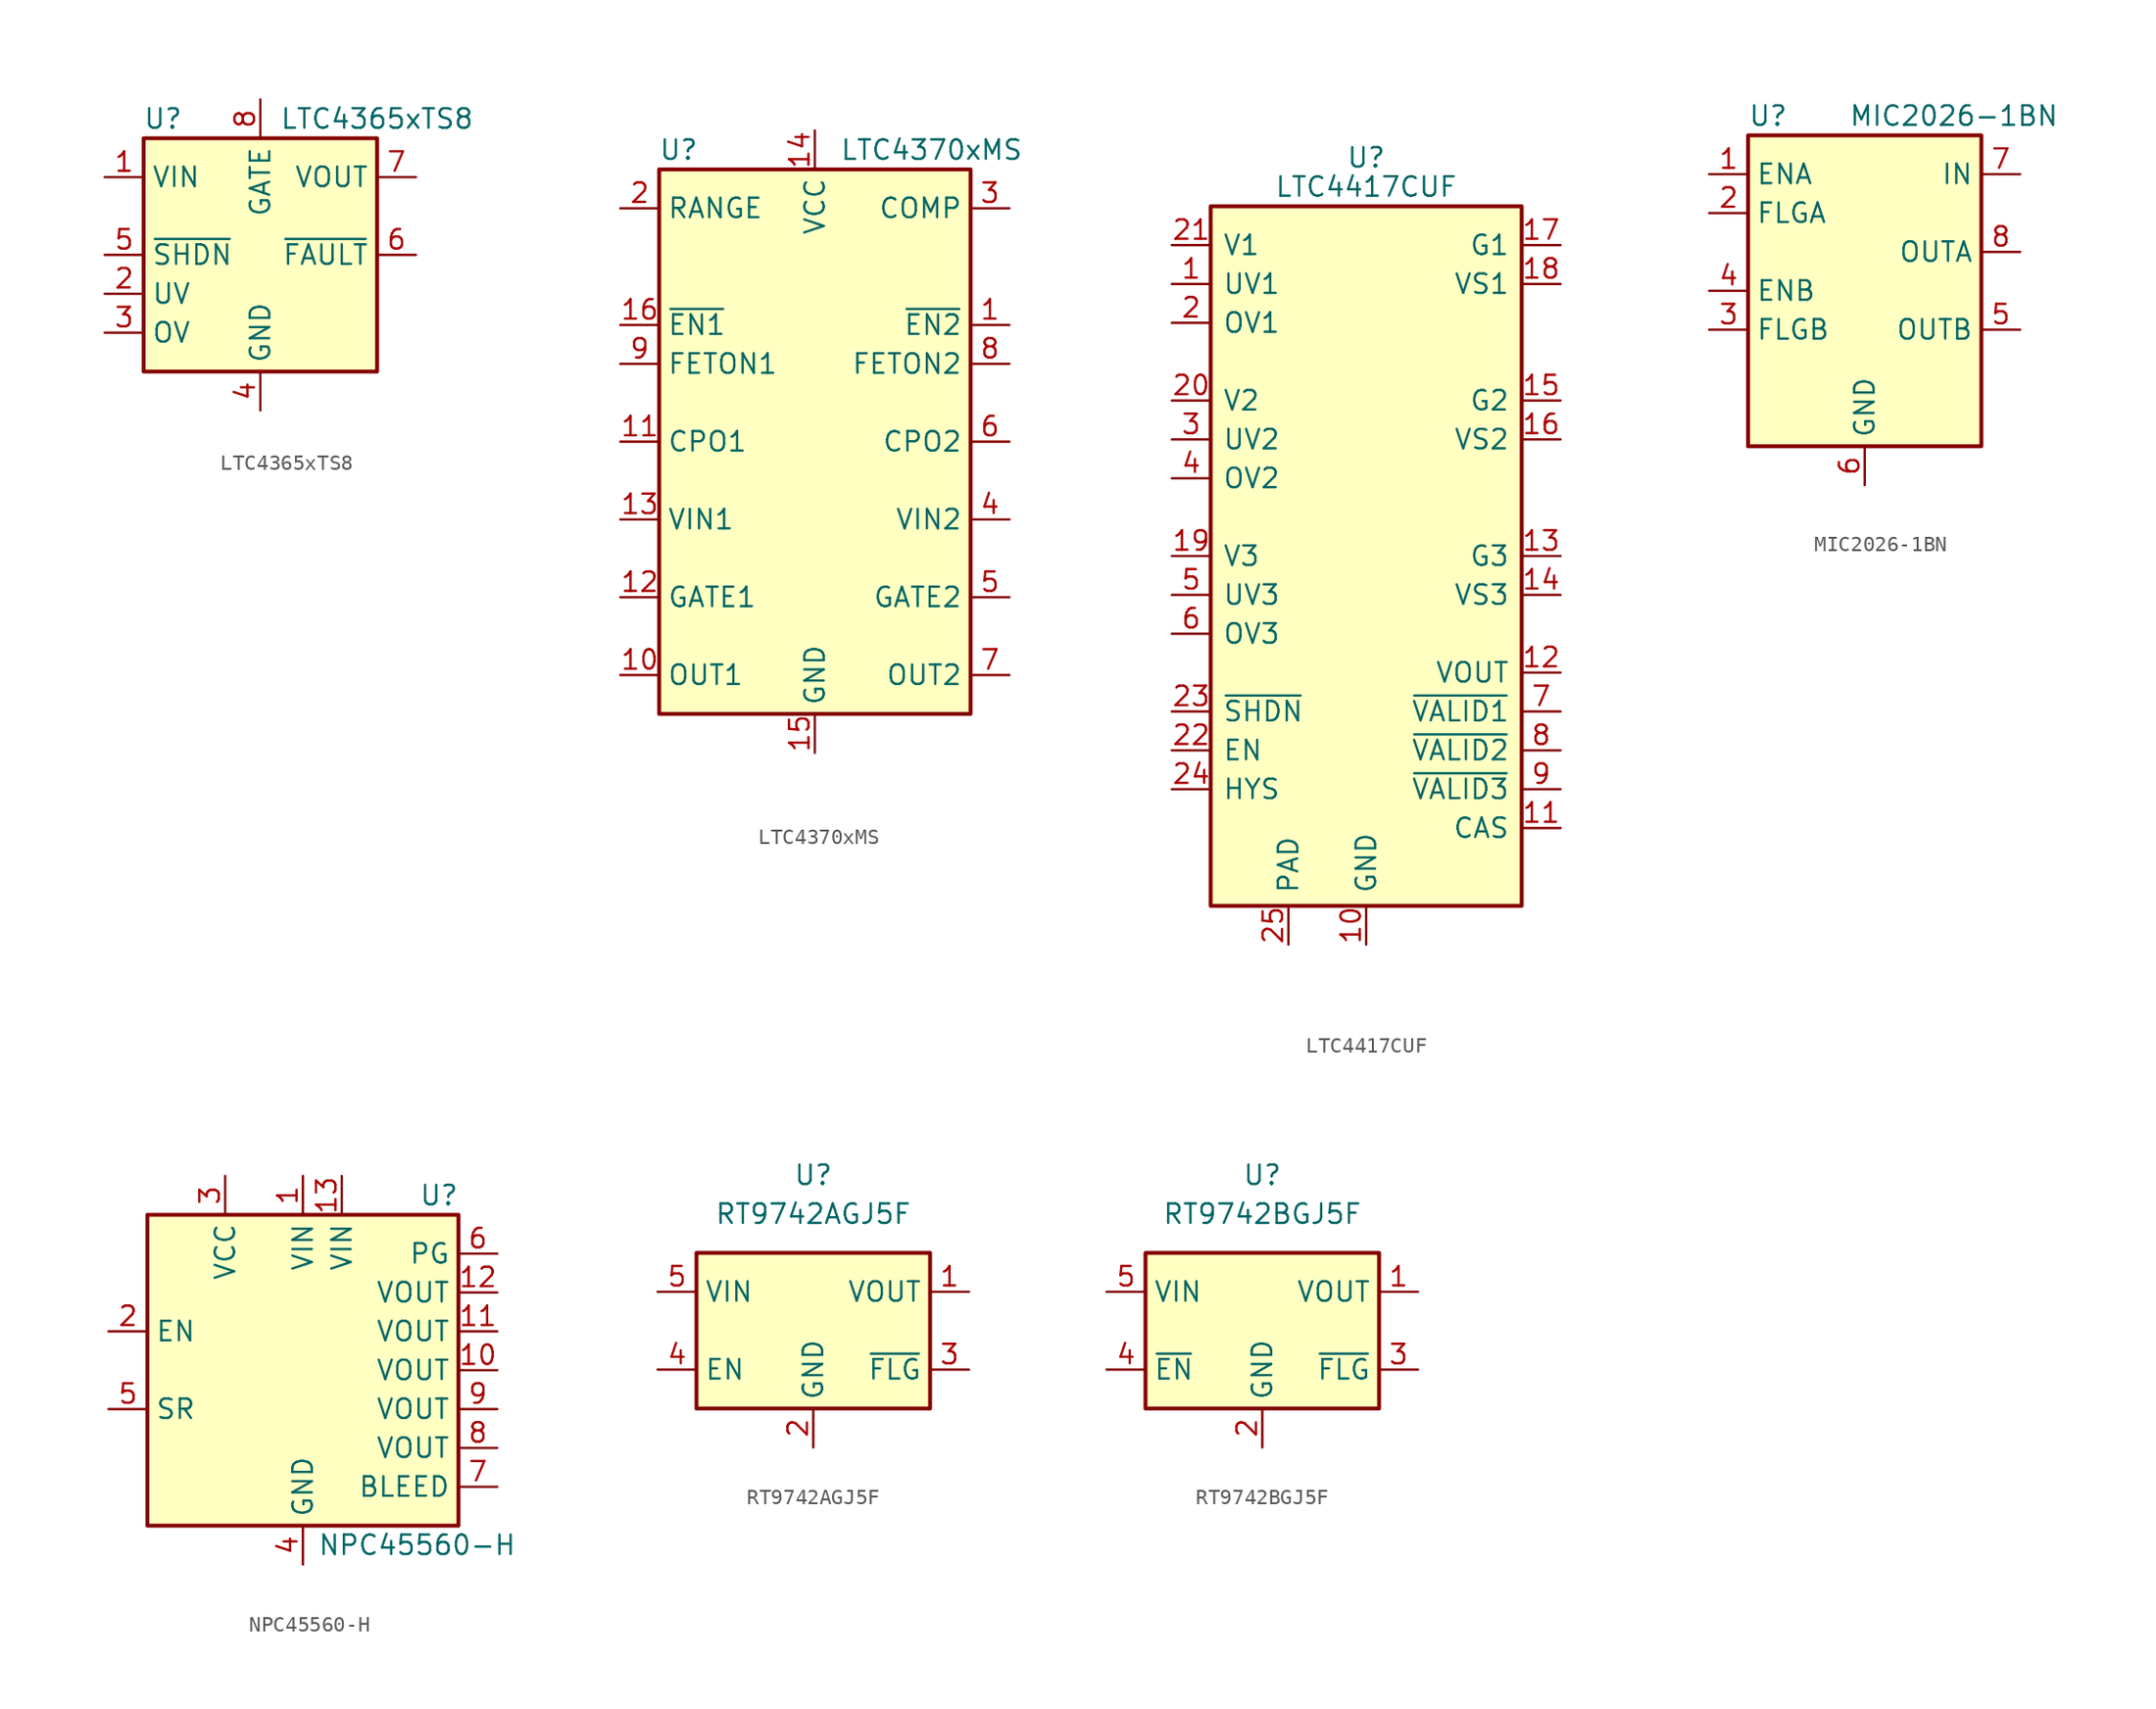
<source format=kicad_sym>
(kicad_symbol_lib
  (version 20220914)
  (generator kicad_symbol_editor)
  (symbol "LTC4365xTS8"
    (property "Reference" "U"
      (at -6.35 8.89 0)
      (effects (font (size 1.27 1.27))))
    (property "Value" "LTC4365xTS8"
      (at 7.62 8.89 0)
      (effects (font (size 1.27 1.27))))
    (symbol "LTC4365xTS8_0_1"
      (rectangle (start -7.62 7.62) (end 7.62 -7.62) (stroke (width 0.254) (type default)) (fill (type background))))
    (symbol "LTC4365xTS8_1_1"
      (pin power_in line (at -10.16 5.08 0) (length 2.54) (name "VIN" (effects (font (size 1.27 1.27)))) (number "1" (effects (font (size 1.27 1.27)))))
      (pin input line (at -10.16 -2.54 0) (length 2.54) (name "UV" (effects (font (size 1.27 1.27)))) (number "2" (effects (font (size 1.27 1.27)))))
      (pin input line (at -10.16 -5.08 0) (length 2.54) (name "OV" (effects (font (size 1.27 1.27)))) (number "3" (effects (font (size 1.27 1.27)))))
      (pin power_in line (at 0 -10.16 90) (length 2.54) (name "GND" (effects (font (size 1.27 1.27)))) (number "4" (effects (font (size 1.27 1.27)))))
      (pin input line (at -10.16 0 0) (length 2.54) (name "~{SHDN}" (effects (font (size 1.27 1.27)))) (number "5" (effects (font (size 1.27 1.27)))))
      (pin open_collector line (at 10.16 0 180) (length 2.54) (name "~{FAULT}" (effects (font (size 1.27 1.27)))) (number "6" (effects (font (size 1.27 1.27)))))
      (pin input line (at 10.16 5.08 180) (length 2.54) (name "VOUT" (effects (font (size 1.27 1.27)))) (number "7" (effects (font (size 1.27 1.27)))))
      (pin output line (at 0 10.16 270) (length 2.54) (name "GATE" (effects (font (size 1.27 1.27)))) (number "8" (effects (font (size 1.27 1.27)))))))
  (symbol "LTC4370xMS"
    (property "Reference" "U"
      (at -8.89 19.05 0)
      (effects (font (size 1.27 1.27))))
    (property "Value" "LTC4370xMS"
      (at 7.62 19.05 0)
      (effects (font (size 1.27 1.27))))
    (symbol "LTC4370xMS_1_1"
      (rectangle (start -10.16 17.78) (end 10.16 -17.78) (stroke (width 0.254) (type default)) (fill (type background)))
      (pin input line (at 12.7 7.62 180) (length 2.54) (name "~{EN2}" (effects (font (size 1.27 1.27)))) (number "1" (effects (font (size 1.27 1.27)))))
      (pin input line (at -12.7 -15.24 0) (length 2.54) (name "OUT1" (effects (font (size 1.27 1.27)))) (number "10" (effects (font (size 1.27 1.27)))))
      (pin passive line (at -12.7 0 0) (length 2.54) (name "CPO1" (effects (font (size 1.27 1.27)))) (number "11" (effects (font (size 1.27 1.27)))))
      (pin output line (at -12.7 -10.16 0) (length 2.54) (name "GATE1" (effects (font (size 1.27 1.27)))) (number "12" (effects (font (size 1.27 1.27)))))
      (pin power_in line (at -12.7 -5.08 0) (length 2.54) (name "VIN1" (effects (font (size 1.27 1.27)))) (number "13" (effects (font (size 1.27 1.27)))))
      (pin power_in line (at 0 20.32 270) (length 2.54) (name "VCC" (effects (font (size 1.27 1.27)))) (number "14" (effects (font (size 1.27 1.27)))))
      (pin power_in line (at 0 -20.32 90) (length 2.54) (name "GND" (effects (font (size 1.27 1.27)))) (number "15" (effects (font (size 1.27 1.27)))))
      (pin input line (at -12.7 7.62 0) (length 2.54) (name "~{EN1}" (effects (font (size 1.27 1.27)))) (number "16" (effects (font (size 1.27 1.27)))))
      (pin passive line (at -12.7 15.24 0) (length 2.54) (name "RANGE" (effects (font (size 1.27 1.27)))) (number "2" (effects (font (size 1.27 1.27)))))
      (pin passive line (at 12.7 15.24 180) (length 2.54) (name "COMP" (effects (font (size 1.27 1.27)))) (number "3" (effects (font (size 1.27 1.27)))))
      (pin power_in line (at 12.7 -5.08 180) (length 2.54) (name "VIN2" (effects (font (size 1.27 1.27)))) (number "4" (effects (font (size 1.27 1.27)))))
      (pin output line (at 12.7 -10.16 180) (length 2.54) (name "GATE2" (effects (font (size 1.27 1.27)))) (number "5" (effects (font (size 1.27 1.27)))))
      (pin passive line (at 12.7 0 180) (length 2.54) (name "CPO2" (effects (font (size 1.27 1.27)))) (number "6" (effects (font (size 1.27 1.27)))))
      (pin input line (at 12.7 -15.24 180) (length 2.54) (name "OUT2" (effects (font (size 1.27 1.27)))) (number "7" (effects (font (size 1.27 1.27)))))
      (pin open_collector line (at 12.7 5.08 180) (length 2.54) (name "FETON2" (effects (font (size 1.27 1.27)))) (number "8" (effects (font (size 1.27 1.27)))))
      (pin open_collector line (at -12.7 5.08 0) (length 2.54) (name "FETON1" (effects (font (size 1.27 1.27)))) (number "9" (effects (font (size 1.27 1.27)))))))
  (symbol "LTC4417CUF"
    (pin_names
      (offset 0.762))
    (property "Reference" "U"
      (at 0 26.035 0)
      (effects (font (size 1.27 1.27))))
    (property "Value" "LTC4417CUF"
      (at 0 24.13 0)
      (effects (font (size 1.27 1.27))))
    (symbol "LTC4417CUF_0_1"
      (rectangle (start -10.16 22.86) (end 10.16 -22.86) (stroke (width 0.254) (type default)) (fill (type background))))
    (symbol "LTC4417CUF_1_1"
      (pin input line (at -12.7 17.78 0) (length 2.54) (name "UV1" (effects (font (size 1.27 1.27)))) (number "1" (effects (font (size 1.27 1.27)))))
      (pin power_in line (at 0 -25.4 90) (length 2.54) (name "GND" (effects (font (size 1.27 1.27)))) (number "10" (effects (font (size 1.27 1.27)))))
      (pin output line (at 12.7 -17.78 180) (length 2.54) (name "CAS" (effects (font (size 1.27 1.27)))) (number "11" (effects (font (size 1.27 1.27)))))
      (pin output line (at 12.7 -7.62 180) (length 2.54) (name "VOUT" (effects (font (size 1.27 1.27)))) (number "12" (effects (font (size 1.27 1.27)))))
      (pin output line (at 12.7 0 180) (length 2.54) (name "G3" (effects (font (size 1.27 1.27)))) (number "13" (effects (font (size 1.27 1.27)))))
      (pin output line (at 12.7 -2.54 180) (length 2.54) (name "VS3" (effects (font (size 1.27 1.27)))) (number "14" (effects (font (size 1.27 1.27)))))
      (pin output line (at 12.7 10.16 180) (length 2.54) (name "G2" (effects (font (size 1.27 1.27)))) (number "15" (effects (font (size 1.27 1.27)))))
      (pin output line (at 12.7 7.62 180) (length 2.54) (name "VS2" (effects (font (size 1.27 1.27)))) (number "16" (effects (font (size 1.27 1.27)))))
      (pin output line (at 12.7 20.32 180) (length 2.54) (name "G1" (effects (font (size 1.27 1.27)))) (number "17" (effects (font (size 1.27 1.27)))))
      (pin output line (at 12.7 17.78 180) (length 2.54) (name "VS1" (effects (font (size 1.27 1.27)))) (number "18" (effects (font (size 1.27 1.27)))))
      (pin input line (at -12.7 0 0) (length 2.54) (name "V3" (effects (font (size 1.27 1.27)))) (number "19" (effects (font (size 1.27 1.27)))))
      (pin input line (at -12.7 15.24 0) (length 2.54) (name "OV1" (effects (font (size 1.27 1.27)))) (number "2" (effects (font (size 1.27 1.27)))))
      (pin input line (at -12.7 10.16 0) (length 2.54) (name "V2" (effects (font (size 1.27 1.27)))) (number "20" (effects (font (size 1.27 1.27)))))
      (pin input line (at -12.7 20.32 0) (length 2.54) (name "V1" (effects (font (size 1.27 1.27)))) (number "21" (effects (font (size 1.27 1.27)))))
      (pin input line (at -12.7 -12.7 0) (length 2.54) (name "EN" (effects (font (size 1.27 1.27)))) (number "22" (effects (font (size 1.27 1.27)))))
      (pin input line (at -12.7 -10.16 0) (length 2.54) (name "~{SHDN}" (effects (font (size 1.27 1.27)))) (number "23" (effects (font (size 1.27 1.27)))))
      (pin input line (at -12.7 -15.24 0) (length 2.54) (name "HYS" (effects (font (size 1.27 1.27)))) (number "24" (effects (font (size 1.27 1.27)))))
      (pin power_in line (at -5.08 -25.4 90) (length 2.54) (name "PAD" (effects (font (size 1.27 1.27)))) (number "25" (effects (font (size 1.27 1.27)))))
      (pin input line (at -12.7 7.62 0) (length 2.54) (name "UV2" (effects (font (size 1.27 1.27)))) (number "3" (effects (font (size 1.27 1.27)))))
      (pin input line (at -12.7 5.08 0) (length 2.54) (name "OV2" (effects (font (size 1.27 1.27)))) (number "4" (effects (font (size 1.27 1.27)))))
      (pin input line (at -12.7 -2.54 0) (length 2.54) (name "UV3" (effects (font (size 1.27 1.27)))) (number "5" (effects (font (size 1.27 1.27)))))
      (pin input line (at -12.7 -5.08 0) (length 2.54) (name "OV3" (effects (font (size 1.27 1.27)))) (number "6" (effects (font (size 1.27 1.27)))))
      (pin open_collector line (at 12.7 -10.16 180) (length 2.54) (name "~{VALID1}" (effects (font (size 1.27 1.27)))) (number "7" (effects (font (size 1.27 1.27)))))
      (pin open_collector line (at 12.7 -12.7 180) (length 2.54) (name "~{VALID2}" (effects (font (size 1.27 1.27)))) (number "8" (effects (font (size 1.27 1.27)))))
      (pin open_collector line (at 12.7 -15.24 180) (length 2.54) (name "~{VALID3}" (effects (font (size 1.27 1.27)))) (number "9" (effects (font (size 1.27 1.27)))))))
  (symbol "MIC2026-1BN"
    (property "Reference" "U"
      (at -7.62 11.43 0)
      (effects (font (size 1.27 1.27)) (justify left)))
    (property "Value" "MIC2026-1BN"
      (at 12.7 11.43 0)
      (effects (font (size 1.27 1.27)) (justify right)))
    (symbol "MIC2026-1BN_0_1"
      (rectangle (start -7.62 -10.16) (end 7.62 10.16) (stroke (width 0.254) (type default)) (fill (type background))))
    (symbol "MIC2026-1BN_1_1"
      (pin input line (at -10.16 7.62 0) (length 2.54) (name "ENA" (effects (font (size 1.27 1.27)))) (number "1" (effects (font (size 1.27 1.27)))))
      (pin output line (at -10.16 5.08 0) (length 2.54) (name "FLGA" (effects (font (size 1.27 1.27)))) (number "2" (effects (font (size 1.27 1.27)))))
      (pin output line (at -10.16 -2.54 0) (length 2.54) (name "FLGB" (effects (font (size 1.27 1.27)))) (number "3" (effects (font (size 1.27 1.27)))))
      (pin input line (at -10.16 0 0) (length 2.54) (name "ENB" (effects (font (size 1.27 1.27)))) (number "4" (effects (font (size 1.27 1.27)))))
      (pin power_out line (at 10.16 -2.54 180) (length 2.54) (name "OUTB" (effects (font (size 1.27 1.27)))) (number "5" (effects (font (size 1.27 1.27)))))
      (pin power_in line (at 0 -12.7 90) (length 2.54) (name "GND" (effects (font (size 1.27 1.27)))) (number "6" (effects (font (size 1.27 1.27)))))
      (pin power_in line (at 10.16 7.62 180) (length 2.54) (name "IN" (effects (font (size 1.27 1.27)))) (number "7" (effects (font (size 1.27 1.27)))))
      (pin power_out line (at 10.16 2.54 180) (length 2.54) (name "OUTA" (effects (font (size 1.27 1.27)))) (number "8" (effects (font (size 1.27 1.27)))))))
  (symbol "NPC45560-H"
    (property "Reference" "U"
      (at 8.89 11.43 0)
      (effects (font (size 1.27 1.27))))
    (property "Value" "NPC45560-H"
      (at 13.97 -11.43 0)
      (effects (font (size 1.27 1.27)) (justify right)))
    (symbol "NPC45560-H_0_1"
      (rectangle (start -10.16 10.16) (end 10.16 -10.16) (stroke (width 0.254) (type default)) (fill (type background))))
    (symbol "NPC45560-H_1_1"
      (pin power_in line (at 0 12.7 270) (length 2.54) (name "VIN" (effects (font (size 1.27 1.27)))) (number "1" (effects (font (size 1.27 1.27)))))
      (pin passive line (at 12.7 0 180) (length 2.54) (name "VOUT" (effects (font (size 1.27 1.27)))) (number "10" (effects (font (size 1.27 1.27)))))
      (pin passive line (at 12.7 2.54 180) (length 2.54) (name "VOUT" (effects (font (size 1.27 1.27)))) (number "11" (effects (font (size 1.27 1.27)))))
      (pin power_out line (at 12.7 5.08 180) (length 2.54) (name "VOUT" (effects (font (size 1.27 1.27)))) (number "12" (effects (font (size 1.27 1.27)))))
      (pin power_in line (at 2.54 12.7 270) (length 2.54) (name "VIN" (effects (font (size 1.27 1.27)))) (number "13" (effects (font (size 1.27 1.27)))))
      (pin input line (at -12.7 2.54 0) (length 2.54) (name "EN" (effects (font (size 1.27 1.27)))) (number "2" (effects (font (size 1.27 1.27)))))
      (pin power_in line (at -5.08 12.7 270) (length 2.54) (name "VCC" (effects (font (size 1.27 1.27)))) (number "3" (effects (font (size 1.27 1.27)))))
      (pin power_in line (at 0 -12.7 90) (length 2.54) (name "GND" (effects (font (size 1.27 1.27)))) (number "4" (effects (font (size 1.27 1.27)))))
      (pin input line (at -12.7 -2.54 0) (length 2.54) (name "SR" (effects (font (size 1.27 1.27)))) (number "5" (effects (font (size 1.27 1.27)))))
      (pin open_collector line (at 12.7 7.62 180) (length 2.54) (name "PG" (effects (font (size 1.27 1.27)))) (number "6" (effects (font (size 1.27 1.27)))))
      (pin input line (at 12.7 -7.62 180) (length 2.54) (name "BLEED" (effects (font (size 1.27 1.27)))) (number "7" (effects (font (size 1.27 1.27)))))
      (pin passive line (at 12.7 -5.08 180) (length 2.54) (name "VOUT" (effects (font (size 1.27 1.27)))) (number "8" (effects (font (size 1.27 1.27)))))
      (pin passive line (at 12.7 -2.54 180) (length 2.54) (name "VOUT" (effects (font (size 1.27 1.27)))) (number "9" (effects (font (size 1.27 1.27)))))))
  (symbol "RT9742AGJ5F"
    (property "Reference" "U"
      (at 0 10.16 0)
      (effects (font (size 1.27 1.27))))
    (property "Value" "RT9742AGJ5F"
      (at 0 7.62 0)
      (effects (font (size 1.27 1.27))))
    (symbol "RT9742AGJ5F_0_1"
      (rectangle (start -7.62 5.08) (end 7.62 -5.08) (stroke (width 0.254) (type default)) (fill (type background))))
    (symbol "RT9742AGJ5F_1_1"
      (pin power_out line (at 10.16 2.54 180) (length 2.54) (name "VOUT" (effects (font (size 1.27 1.27)))) (number "1" (effects (font (size 1.27 1.27)))))
      (pin power_in line (at 0 -7.62 90) (length 2.54) (name "GND" (effects (font (size 1.27 1.27)))) (number "2" (effects (font (size 1.27 1.27)))))
      (pin open_collector line (at 10.16 -2.54 180) (length 2.54) (name "~{FLG}" (effects (font (size 1.27 1.27)))) (number "3" (effects (font (size 1.27 1.27)))))
      (pin input line (at -10.16 -2.54 0) (length 2.54) (name "EN" (effects (font (size 1.27 1.27)))) (number "4" (effects (font (size 1.27 1.27)))))
      (pin power_in line (at -10.16 2.54 0) (length 2.54) (name "VIN" (effects (font (size 1.27 1.27)))) (number "5" (effects (font (size 1.27 1.27)))))))
  (symbol "RT9742BGJ5F"
    (property "Reference" "U"
      (at 0 10.16 0)
      (effects (font (size 1.27 1.27))))
    (property "Value" "RT9742BGJ5F"
      (at 0 7.62 0)
      (effects (font (size 1.27 1.27))))
    (symbol "RT9742BGJ5F_0_1"
      (rectangle (start -7.62 5.08) (end 7.62 -5.08) (stroke (width 0.254) (type default)) (fill (type background))))
    (symbol "RT9742BGJ5F_1_1"
      (pin power_out line (at 10.16 2.54 180) (length 2.54) (name "VOUT" (effects (font (size 1.27 1.27)))) (number "1" (effects (font (size 1.27 1.27)))))
      (pin power_in line (at 0 -7.62 90) (length 2.54) (name "GND" (effects (font (size 1.27 1.27)))) (number "2" (effects (font (size 1.27 1.27)))))
      (pin open_collector line (at 10.16 -2.54 180) (length 2.54) (name "~{FLG}" (effects (font (size 1.27 1.27)))) (number "3" (effects (font (size 1.27 1.27)))))
      (pin input line (at -10.16 -2.54 0) (length 2.54) (name "~{EN}" (effects (font (size 1.27 1.27)))) (number "4" (effects (font (size 1.27 1.27)))))
      (pin power_in line (at -10.16 2.54 0) (length 2.54) (name "VIN" (effects (font (size 1.27 1.27)))) (number "5" (effects (font (size 1.27 1.27))))))))
</source>
